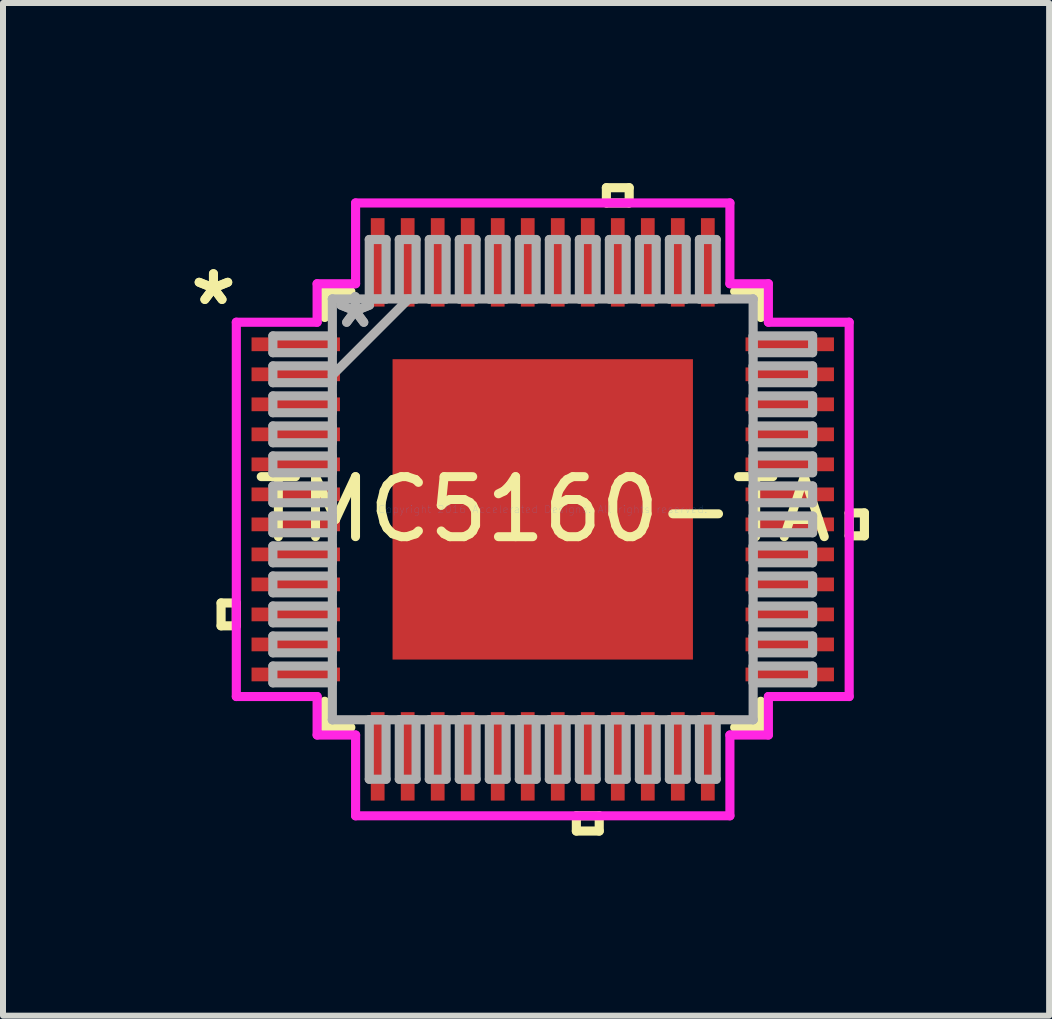
<source format=kicad_pcb>
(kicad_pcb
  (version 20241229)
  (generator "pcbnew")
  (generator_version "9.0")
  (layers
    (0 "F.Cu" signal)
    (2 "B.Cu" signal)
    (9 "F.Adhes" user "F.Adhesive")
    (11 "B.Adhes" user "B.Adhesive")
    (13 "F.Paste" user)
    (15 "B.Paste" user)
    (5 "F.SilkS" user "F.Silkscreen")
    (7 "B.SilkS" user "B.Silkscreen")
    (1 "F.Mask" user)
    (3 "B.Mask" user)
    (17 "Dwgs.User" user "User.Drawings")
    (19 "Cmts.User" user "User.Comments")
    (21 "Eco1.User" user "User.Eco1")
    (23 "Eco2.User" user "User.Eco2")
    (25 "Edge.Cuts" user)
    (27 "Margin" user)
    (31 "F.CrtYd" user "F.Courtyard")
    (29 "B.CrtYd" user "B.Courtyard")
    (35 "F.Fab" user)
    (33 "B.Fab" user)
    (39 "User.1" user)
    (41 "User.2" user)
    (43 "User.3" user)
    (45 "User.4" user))
  (footprint "TMC5160-TA"
    (layer "F.Cu")
    (at 5.992 5.436)
    (property "Reference" "TMC5160-TA" (at 0 0 0) (layer "F.SilkS") (effects (font (size 1 1) (thickness 0.15))))
    (attr through_hole)
    (fp_line (start -5.359 1.559) (end -5.359 1.94) (stroke (width 0.152) (type solid)) (layer "F.SilkS"))
    (fp_line (start -5.359 1.94) (end -5.105 1.94) (stroke (width 0.152) (type solid)) (layer "F.SilkS"))
    (fp_line (start -5.105 1.559) (end -5.359 1.559) (stroke (width 0.152) (type solid)) (layer "F.SilkS"))
    (fp_line (start -5.105 1.94) (end -5.105 1.559) (stroke (width 0.152) (type solid)) (layer "F.SilkS"))
    (fp_line (start -3.632 -3.632) (end -3.632 -3.197) (stroke (width 0.152) (type solid)) (layer "F.SilkS"))
    (fp_line (start -3.632 3.197) (end -3.632 3.632) (stroke (width 0.152) (type solid)) (layer "F.SilkS"))
    (fp_line (start -3.632 3.632) (end -3.197 3.632) (stroke (width 0.152) (type solid)) (layer "F.SilkS"))
    (fp_line (start -3.197 -3.632) (end -3.632 -3.632) (stroke (width 0.152) (type solid)) (layer "F.SilkS"))
    (fp_line (start 0.56 5.105) (end 0.56 5.359) (stroke (width 0.152) (type solid)) (layer "F.SilkS"))
    (fp_line (start 0.56 5.359) (end 0.941 5.359) (stroke (width 0.152) (type solid)) (layer "F.SilkS"))
    (fp_line (start 0.941 5.105) (end 0.56 5.105) (stroke (width 0.152) (type solid)) (layer "F.SilkS"))
    (fp_line (start 0.941 5.359) (end 0.941 5.105) (stroke (width 0.152) (type solid)) (layer "F.SilkS"))
    (fp_line (start 1.06 -5.359) (end 1.44 -5.359) (stroke (width 0.152) (type solid)) (layer "F.SilkS"))
    (fp_line (start 1.06 -5.105) (end 1.06 -5.359) (stroke (width 0.152) (type solid)) (layer "F.SilkS"))
    (fp_line (start 1.44 -5.359) (end 1.44 -5.105) (stroke (width 0.152) (type solid)) (layer "F.SilkS"))
    (fp_line (start 1.44 -5.105) (end 1.06 -5.105) (stroke (width 0.152) (type solid)) (layer "F.SilkS"))
    (fp_line (start 3.197 3.632) (end 3.632 3.632) (stroke (width 0.152) (type solid)) (layer "F.SilkS"))
    (fp_line (start 3.632 -3.632) (end 3.197 -3.632) (stroke (width 0.152) (type solid)) (layer "F.SilkS"))
    (fp_line (start 3.632 -3.197) (end 3.632 -3.632) (stroke (width 0.152) (type solid)) (layer "F.SilkS"))
    (fp_line (start 3.632 3.632) (end 3.632 3.197) (stroke (width 0.152) (type solid)) (layer "F.SilkS"))
    (fp_line (start 5.105 0.059) (end 5.359 0.059) (stroke (width 0.152) (type solid)) (layer "F.SilkS"))
    (fp_line (start 5.105 0.441) (end 5.105 0.059) (stroke (width 0.152) (type solid)) (layer "F.SilkS"))
    (fp_line (start 5.359 0.059) (end 5.359 0.441) (stroke (width 0.152) (type solid)) (layer "F.SilkS"))
    (fp_line (start 5.359 0.441) (end 5.105 0.441) (stroke (width 0.152) (type solid)) (layer "F.SilkS"))
    (fp_line (start -2.402 -2.402) (end -2.402 -0.934) (stroke (width 0.152) (type solid)) (layer "F.Paste"))
    (fp_line (start -2.402 -0.934) (end -0.934 -0.934) (stroke (width 0.152) (type solid)) (layer "F.Paste"))
    (fp_line (start -2.402 -0.734) (end -2.402 0.734) (stroke (width 0.152) (type solid)) (layer "F.Paste"))
    (fp_line (start -2.402 0.734) (end -0.934 0.734) (stroke (width 0.152) (type solid)) (layer "F.Paste"))
    (fp_line (start -2.402 0.934) (end -2.402 2.402) (stroke (width 0.152) (type solid)) (layer "F.Paste"))
    (fp_line (start -2.402 2.402) (end -0.934 2.402) (stroke (width 0.152) (type solid)) (layer "F.Paste"))
    (fp_line (start -0.934 -2.402) (end -2.402 -2.402) (stroke (width 0.152) (type solid)) (layer "F.Paste"))
    (fp_line (start -0.934 -0.934) (end -0.934 -2.402) (stroke (width 0.152) (type solid)) (layer "F.Paste"))
    (fp_line (start -0.934 -0.734) (end -2.402 -0.734) (stroke (width 0.152) (type solid)) (layer "F.Paste"))
    (fp_line (start -0.934 0.734) (end -0.934 -0.734) (stroke (width 0.152) (type solid)) (layer "F.Paste"))
    (fp_line (start -0.934 0.934) (end -2.402 0.934) (stroke (width 0.152) (type solid)) (layer "F.Paste"))
    (fp_line (start -0.934 2.402) (end -0.934 0.934) (stroke (width 0.152) (type solid)) (layer "F.Paste"))
    (fp_line (start -0.734 -2.402) (end -0.734 -0.934) (stroke (width 0.152) (type solid)) (layer "F.Paste"))
    (fp_line (start -0.734 -0.934) (end 0.734 -0.934) (stroke (width 0.152) (type solid)) (layer "F.Paste"))
    (fp_line (start -0.734 -0.734) (end -0.734 0.734) (stroke (width 0.152) (type solid)) (layer "F.Paste"))
    (fp_line (start -0.734 0.734) (end 0.734 0.734) (stroke (width 0.152) (type solid)) (layer "F.Paste"))
    (fp_line (start -0.734 0.934) (end -0.734 2.402) (stroke (width 0.152) (type solid)) (layer "F.Paste"))
    (fp_line (start -0.734 2.402) (end 0.734 2.402) (stroke (width 0.152) (type solid)) (layer "F.Paste"))
    (fp_line (start 0.734 -2.402) (end -0.734 -2.402) (stroke (width 0.152) (type solid)) (layer "F.Paste"))
    (fp_line (start 0.734 -0.934) (end 0.734 -2.402) (stroke (width 0.152) (type solid)) (layer "F.Paste"))
    (fp_line (start 0.734 -0.734) (end -0.734 -0.734) (stroke (width 0.152) (type solid)) (layer "F.Paste"))
    (fp_line (start 0.734 0.734) (end 0.734 -0.734) (stroke (width 0.152) (type solid)) (layer "F.Paste"))
    (fp_line (start 0.734 0.934) (end -0.734 0.934) (stroke (width 0.152) (type solid)) (layer "F.Paste"))
    (fp_line (start 0.734 2.402) (end 0.734 0.934) (stroke (width 0.152) (type solid)) (layer "F.Paste"))
    (fp_line (start 0.934 -2.402) (end 0.934 -0.934) (stroke (width 0.152) (type solid)) (layer "F.Paste"))
    (fp_line (start 0.934 -0.934) (end 2.402 -0.934) (stroke (width 0.152) (type solid)) (layer "F.Paste"))
    (fp_line (start 0.934 -0.734) (end 0.934 0.734) (stroke (width 0.152) (type solid)) (layer "F.Paste"))
    (fp_line (start 0.934 0.734) (end 2.402 0.734) (stroke (width 0.152) (type solid)) (layer "F.Paste"))
    (fp_line (start 0.934 0.934) (end 0.934 2.402) (stroke (width 0.152) (type solid)) (layer "F.Paste"))
    (fp_line (start 0.934 2.402) (end 2.402 2.402) (stroke (width 0.152) (type solid)) (layer "F.Paste"))
    (fp_line (start 2.402 -2.402) (end 0.934 -2.402) (stroke (width 0.152) (type solid)) (layer "F.Paste"))
    (fp_line (start 2.402 -0.934) (end 2.402 -2.402) (stroke (width 0.152) (type solid)) (layer "F.Paste"))
    (fp_line (start 2.402 -0.734) (end 0.934 -0.734) (stroke (width 0.152) (type solid)) (layer "F.Paste"))
    (fp_line (start 2.402 0.734) (end 2.402 -0.734) (stroke (width 0.152) (type solid)) (layer "F.Paste"))
    (fp_line (start 2.402 0.934) (end 0.934 0.934) (stroke (width 0.152) (type solid)) (layer "F.Paste"))
    (fp_line (start 2.402 2.402) (end 2.402 0.934) (stroke (width 0.152) (type solid)) (layer "F.Paste"))
    (fp_line (start -5.105 -3.118) (end -3.759 -3.118) (stroke (width 0.152) (type solid)) (layer "F.CrtYd"))
    (fp_line (start -5.105 3.118) (end -5.105 -3.118) (stroke (width 0.152) (type solid)) (layer "F.CrtYd"))
    (fp_line (start -3.759 -3.759) (end -3.118 -3.759) (stroke (width 0.152) (type solid)) (layer "F.CrtYd"))
    (fp_line (start -3.759 -3.118) (end -3.759 -3.759) (stroke (width 0.152) (type solid)) (layer "F.CrtYd"))
    (fp_line (start -3.759 3.118) (end -5.105 3.118) (stroke (width 0.152) (type solid)) (layer "F.CrtYd"))
    (fp_line (start -3.759 3.759) (end -3.759 3.118) (stroke (width 0.152) (type solid)) (layer "F.CrtYd"))
    (fp_line (start -3.118 -5.105) (end 3.118 -5.105) (stroke (width 0.152) (type solid)) (layer "F.CrtYd"))
    (fp_line (start -3.118 -3.759) (end -3.118 -5.105) (stroke (width 0.152) (type solid)) (layer "F.CrtYd"))
    (fp_line (start -3.118 3.759) (end -3.759 3.759) (stroke (width 0.152) (type solid)) (layer "F.CrtYd"))
    (fp_line (start -3.118 5.105) (end -3.118 3.759) (stroke (width 0.152) (type solid)) (layer "F.CrtYd"))
    (fp_line (start 3.118 -5.105) (end 3.118 -3.759) (stroke (width 0.152) (type solid)) (layer "F.CrtYd"))
    (fp_line (start 3.118 -3.759) (end 3.759 -3.759) (stroke (width 0.152) (type solid)) (layer "F.CrtYd"))
    (fp_line (start 3.118 3.759) (end 3.118 5.105) (stroke (width 0.152) (type solid)) (layer "F.CrtYd"))
    (fp_line (start 3.118 5.105) (end -3.118 5.105) (stroke (width 0.152) (type solid)) (layer "F.CrtYd"))
    (fp_line (start 3.759 -3.759) (end 3.759 -3.118) (stroke (width 0.152) (type solid)) (layer "F.CrtYd"))
    (fp_line (start 3.759 -3.118) (end 5.105 -3.118) (stroke (width 0.152) (type solid)) (layer "F.CrtYd"))
    (fp_line (start 3.759 3.118) (end 3.759 3.759) (stroke (width 0.152) (type solid)) (layer "F.CrtYd"))
    (fp_line (start 3.759 3.759) (end 3.118 3.759) (stroke (width 0.152) (type solid)) (layer "F.CrtYd"))
    (fp_line (start 5.105 -3.118) (end 5.105 3.118) (stroke (width 0.152) (type solid)) (layer "F.CrtYd"))
    (fp_line (start 5.105 3.118) (end 3.759 3.118) (stroke (width 0.152) (type solid)) (layer "F.CrtYd"))
    (fp_line (start -4.496 -2.89) (end -4.496 -2.61) (stroke (width 0.152) (type solid)) (layer "F.Fab"))
    (fp_line (start -4.496 -2.61) (end -3.505 -2.61) (stroke (width 0.152) (type solid)) (layer "F.Fab"))
    (fp_line (start -4.496 -2.39) (end -4.496 -2.11) (stroke (width 0.152) (type solid)) (layer "F.Fab"))
    (fp_line (start -4.496 -2.11) (end -3.505 -2.11) (stroke (width 0.152) (type solid)) (layer "F.Fab"))
    (fp_line (start -4.496 -1.89) (end -4.496 -1.61) (stroke (width 0.152) (type solid)) (layer "F.Fab"))
    (fp_line (start -4.496 -1.61) (end -3.505 -1.61) (stroke (width 0.152) (type solid)) (layer "F.Fab"))
    (fp_line (start -4.496 -1.39) (end -4.496 -1.11) (stroke (width 0.152) (type solid)) (layer "F.Fab"))
    (fp_line (start -4.496 -1.11) (end -3.505 -1.11) (stroke (width 0.152) (type solid)) (layer "F.Fab"))
    (fp_line (start -4.496 -0.89) (end -4.496 -0.61) (stroke (width 0.152) (type solid)) (layer "F.Fab"))
    (fp_line (start -4.496 -0.61) (end -3.505 -0.61) (stroke (width 0.152) (type solid)) (layer "F.Fab"))
    (fp_line (start -4.496 -0.39) (end -4.496 -0.11) (stroke (width 0.152) (type solid)) (layer "F.Fab"))
    (fp_line (start -4.496 -0.11) (end -3.505 -0.11) (stroke (width 0.152) (type solid)) (layer "F.Fab"))
    (fp_line (start -4.496 0.11) (end -4.496 0.39) (stroke (width 0.152) (type solid)) (layer "F.Fab"))
    (fp_line (start -4.496 0.39) (end -3.505 0.39) (stroke (width 0.152) (type solid)) (layer "F.Fab"))
    (fp_line (start -4.496 0.61) (end -4.496 0.89) (stroke (width 0.152) (type solid)) (layer "F.Fab"))
    (fp_line (start -4.496 0.89) (end -3.505 0.89) (stroke (width 0.152) (type solid)) (layer "F.Fab"))
    (fp_line (start -4.496 1.11) (end -4.496 1.39) (stroke (width 0.152) (type solid)) (layer "F.Fab"))
    (fp_line (start -4.496 1.39) (end -3.505 1.39) (stroke (width 0.152) (type solid)) (layer "F.Fab"))
    (fp_line (start -4.496 1.61) (end -4.496 1.89) (stroke (width 0.152) (type solid)) (layer "F.Fab"))
    (fp_line (start -4.496 1.89) (end -3.505 1.89) (stroke (width 0.152) (type solid)) (layer "F.Fab"))
    (fp_line (start -4.496 2.11) (end -4.496 2.39) (stroke (width 0.152) (type solid)) (layer "F.Fab"))
    (fp_line (start -4.496 2.39) (end -3.505 2.39) (stroke (width 0.152) (type solid)) (layer "F.Fab"))
    (fp_line (start -4.496 2.61) (end -4.496 2.89) (stroke (width 0.152) (type solid)) (layer "F.Fab"))
    (fp_line (start -4.496 2.89) (end -3.505 2.89) (stroke (width 0.152) (type solid)) (layer "F.Fab"))
    (fp_line (start -3.505 -3.505) (end -3.505 -3.505) (stroke (width 0.152) (type solid)) (layer "F.Fab"))
    (fp_line (start -3.505 -3.505) (end -3.505 3.505) (stroke (width 0.152) (type solid)) (layer "F.Fab"))
    (fp_line (start -3.505 -2.89) (end -4.496 -2.89) (stroke (width 0.152) (type solid)) (layer "F.Fab"))
    (fp_line (start -3.505 -2.61) (end -3.505 -2.89) (stroke (width 0.152) (type solid)) (layer "F.Fab"))
    (fp_line (start -3.505 -2.39) (end -4.496 -2.39) (stroke (width 0.152) (type solid)) (layer "F.Fab"))
    (fp_line (start -3.505 -2.235) (end -2.235 -3.505) (stroke (width 0.152) (type solid)) (layer "F.Fab"))
    (fp_line (start -3.505 -2.11) (end -3.505 -2.39) (stroke (width 0.152) (type solid)) (layer "F.Fab"))
    (fp_line (start -3.505 -1.89) (end -4.496 -1.89) (stroke (width 0.152) (type solid)) (layer "F.Fab"))
    (fp_line (start -3.505 -1.61) (end -3.505 -1.89) (stroke (width 0.152) (type solid)) (layer "F.Fab"))
    (fp_line (start -3.505 -1.39) (end -4.496 -1.39) (stroke (width 0.152) (type solid)) (layer "F.Fab"))
    (fp_line (start -3.505 -1.11) (end -3.505 -1.39) (stroke (width 0.152) (type solid)) (layer "F.Fab"))
    (fp_line (start -3.505 -0.89) (end -4.496 -0.89) (stroke (width 0.152) (type solid)) (layer "F.Fab"))
    (fp_line (start -3.505 -0.61) (end -3.505 -0.89) (stroke (width 0.152) (type solid)) (layer "F.Fab"))
    (fp_line (start -3.505 -0.39) (end -4.496 -0.39) (stroke (width 0.152) (type solid)) (layer "F.Fab"))
    (fp_line (start -3.505 -0.11) (end -3.505 -0.39) (stroke (width 0.152) (type solid)) (layer "F.Fab"))
    (fp_line (start -3.505 0.11) (end -4.496 0.11) (stroke (width 0.152) (type solid)) (layer "F.Fab"))
    (fp_line (start -3.505 0.39) (end -3.505 0.11) (stroke (width 0.152) (type solid)) (layer "F.Fab"))
    (fp_line (start -3.505 0.61) (end -4.496 0.61) (stroke (width 0.152) (type solid)) (layer "F.Fab"))
    (fp_line (start -3.505 0.89) (end -3.505 0.61) (stroke (width 0.152) (type solid)) (layer "F.Fab"))
    (fp_line (start -3.505 1.11) (end -4.496 1.11) (stroke (width 0.152) (type solid)) (layer "F.Fab"))
    (fp_line (start -3.505 1.39) (end -3.505 1.11) (stroke (width 0.152) (type solid)) (layer "F.Fab"))
    (fp_line (start -3.505 1.61) (end -4.496 1.61) (stroke (width 0.152) (type solid)) (layer "F.Fab"))
    (fp_line (start -3.505 1.89) (end -3.505 1.61) (stroke (width 0.152) (type solid)) (layer "F.Fab"))
    (fp_line (start -3.505 2.11) (end -4.496 2.11) (stroke (width 0.152) (type solid)) (layer "F.Fab"))
    (fp_line (start -3.505 2.39) (end -3.505 2.11) (stroke (width 0.152) (type solid)) (layer "F.Fab"))
    (fp_line (start -3.505 2.61) (end -4.496 2.61) (stroke (width 0.152) (type solid)) (layer "F.Fab"))
    (fp_line (start -3.505 2.89) (end -3.505 2.61) (stroke (width 0.152) (type solid)) (layer "F.Fab"))
    (fp_line (start -3.505 3.505) (end -3.505 3.505) (stroke (width 0.152) (type solid)) (layer "F.Fab"))
    (fp_line (start -3.505 3.505) (end 3.505 3.505) (stroke (width 0.152) (type solid)) (layer "F.Fab"))
    (fp_line (start -2.89 -4.496) (end -2.89 -3.505) (stroke (width 0.152) (type solid)) (layer "F.Fab"))
    (fp_line (start -2.89 -3.505) (end -2.61 -3.505) (stroke (width 0.152) (type solid)) (layer "F.Fab"))
    (fp_line (start -2.89 3.505) (end -2.89 4.496) (stroke (width 0.152) (type solid)) (layer "F.Fab"))
    (fp_line (start -2.89 4.496) (end -2.61 4.496) (stroke (width 0.152) (type solid)) (layer "F.Fab"))
    (fp_line (start -2.61 -4.496) (end -2.89 -4.496) (stroke (width 0.152) (type solid)) (layer "F.Fab"))
    (fp_line (start -2.61 -3.505) (end -2.61 -4.496) (stroke (width 0.152) (type solid)) (layer "F.Fab"))
    (fp_line (start -2.61 3.505) (end -2.89 3.505) (stroke (width 0.152) (type solid)) (layer "F.Fab"))
    (fp_line (start -2.61 4.496) (end -2.61 3.505) (stroke (width 0.152) (type solid)) (layer "F.Fab"))
    (fp_line (start -2.39 -4.496) (end -2.39 -3.505) (stroke (width 0.152) (type solid)) (layer "F.Fab"))
    (fp_line (start -2.39 -3.505) (end -2.11 -3.505) (stroke (width 0.152) (type solid)) (layer "F.Fab"))
    (fp_line (start -2.39 3.505) (end -2.39 4.496) (stroke (width 0.152) (type solid)) (layer "F.Fab"))
    (fp_line (start -2.39 4.496) (end -2.11 4.496) (stroke (width 0.152) (type solid)) (layer "F.Fab"))
    (fp_line (start -2.11 -4.496) (end -2.39 -4.496) (stroke (width 0.152) (type solid)) (layer "F.Fab"))
    (fp_line (start -2.11 -3.505) (end -2.11 -4.496) (stroke (width 0.152) (type solid)) (layer "F.Fab"))
    (fp_line (start -2.11 3.505) (end -2.39 3.505) (stroke (width 0.152) (type solid)) (layer "F.Fab"))
    (fp_line (start -2.11 4.496) (end -2.11 3.505) (stroke (width 0.152) (type solid)) (layer "F.Fab"))
    (fp_line (start -1.89 -4.496) (end -1.89 -3.505) (stroke (width 0.152) (type solid)) (layer "F.Fab"))
    (fp_line (start -1.89 -3.505) (end -1.61 -3.505) (stroke (width 0.152) (type solid)) (layer "F.Fab"))
    (fp_line (start -1.89 3.505) (end -1.89 4.496) (stroke (width 0.152) (type solid)) (layer "F.Fab"))
    (fp_line (start -1.89 4.496) (end -1.61 4.496) (stroke (width 0.152) (type solid)) (layer "F.Fab"))
    (fp_line (start -1.61 -4.496) (end -1.89 -4.496) (stroke (width 0.152) (type solid)) (layer "F.Fab"))
    (fp_line (start -1.61 -3.505) (end -1.61 -4.496) (stroke (width 0.152) (type solid)) (layer "F.Fab"))
    (fp_line (start -1.61 3.505) (end -1.89 3.505) (stroke (width 0.152) (type solid)) (layer "F.Fab"))
    (fp_line (start -1.61 4.496) (end -1.61 3.505) (stroke (width 0.152) (type solid)) (layer "F.Fab"))
    (fp_line (start -1.39 -4.496) (end -1.39 -3.505) (stroke (width 0.152) (type solid)) (layer "F.Fab"))
    (fp_line (start -1.39 -3.505) (end -1.11 -3.505) (stroke (width 0.152) (type solid)) (layer "F.Fab"))
    (fp_line (start -1.39 3.505) (end -1.39 4.496) (stroke (width 0.152) (type solid)) (layer "F.Fab"))
    (fp_line (start -1.39 4.496) (end -1.11 4.496) (stroke (width 0.152) (type solid)) (layer "F.Fab"))
    (fp_line (start -1.11 -4.496) (end -1.39 -4.496) (stroke (width 0.152) (type solid)) (layer "F.Fab"))
    (fp_line (start -1.11 -3.505) (end -1.11 -4.496) (stroke (width 0.152) (type solid)) (layer "F.Fab"))
    (fp_line (start -1.11 3.505) (end -1.39 3.505) (stroke (width 0.152) (type solid)) (layer "F.Fab"))
    (fp_line (start -1.11 4.496) (end -1.11 3.505) (stroke (width 0.152) (type solid)) (layer "F.Fab"))
    (fp_line (start -0.89 -4.496) (end -0.89 -3.505) (stroke (width 0.152) (type solid)) (layer "F.Fab"))
    (fp_line (start -0.89 -3.505) (end -0.61 -3.505) (stroke (width 0.152) (type solid)) (layer "F.Fab"))
    (fp_line (start -0.89 3.505) (end -0.89 4.496) (stroke (width 0.152) (type solid)) (layer "F.Fab"))
    (fp_line (start -0.89 4.496) (end -0.61 4.496) (stroke (width 0.152) (type solid)) (layer "F.Fab"))
    (fp_line (start -0.61 -4.496) (end -0.89 -4.496) (stroke (width 0.152) (type solid)) (layer "F.Fab"))
    (fp_line (start -0.61 -3.505) (end -0.61 -4.496) (stroke (width 0.152) (type solid)) (layer "F.Fab"))
    (fp_line (start -0.61 3.505) (end -0.89 3.505) (stroke (width 0.152) (type solid)) (layer "F.Fab"))
    (fp_line (start -0.61 4.496) (end -0.61 3.505) (stroke (width 0.152) (type solid)) (layer "F.Fab"))
    (fp_line (start -0.39 -4.496) (end -0.39 -3.505) (stroke (width 0.152) (type solid)) (layer "F.Fab"))
    (fp_line (start -0.39 -3.505) (end -0.11 -3.505) (stroke (width 0.152) (type solid)) (layer "F.Fab"))
    (fp_line (start -0.39 3.505) (end -0.39 4.496) (stroke (width 0.152) (type solid)) (layer "F.Fab"))
    (fp_line (start -0.39 4.496) (end -0.11 4.496) (stroke (width 0.152) (type solid)) (layer "F.Fab"))
    (fp_line (start -0.11 -4.496) (end -0.39 -4.496) (stroke (width 0.152) (type solid)) (layer "F.Fab"))
    (fp_line (start -0.11 -3.505) (end -0.11 -4.496) (stroke (width 0.152) (type solid)) (layer "F.Fab"))
    (fp_line (start -0.11 3.505) (end -0.39 3.505) (stroke (width 0.152) (type solid)) (layer "F.Fab"))
    (fp_line (start -0.11 4.496) (end -0.11 3.505) (stroke (width 0.152) (type solid)) (layer "F.Fab"))
    (fp_line (start 0.11 -4.496) (end 0.11 -3.505) (stroke (width 0.152) (type solid)) (layer "F.Fab"))
    (fp_line (start 0.11 -3.505) (end 0.39 -3.505) (stroke (width 0.152) (type solid)) (layer "F.Fab"))
    (fp_line (start 0.11 3.505) (end 0.11 4.496) (stroke (width 0.152) (type solid)) (layer "F.Fab"))
    (fp_line (start 0.11 4.496) (end 0.39 4.496) (stroke (width 0.152) (type solid)) (layer "F.Fab"))
    (fp_line (start 0.39 -4.496) (end 0.11 -4.496) (stroke (width 0.152) (type solid)) (layer "F.Fab"))
    (fp_line (start 0.39 -3.505) (end 0.39 -4.496) (stroke (width 0.152) (type solid)) (layer "F.Fab"))
    (fp_line (start 0.39 3.505) (end 0.11 3.505) (stroke (width 0.152) (type solid)) (layer "F.Fab"))
    (fp_line (start 0.39 4.496) (end 0.39 3.505) (stroke (width 0.152) (type solid)) (layer "F.Fab"))
    (fp_line (start 0.61 -4.496) (end 0.61 -3.505) (stroke (width 0.152) (type solid)) (layer "F.Fab"))
    (fp_line (start 0.61 -3.505) (end 0.89 -3.505) (stroke (width 0.152) (type solid)) (layer "F.Fab"))
    (fp_line (start 0.61 3.505) (end 0.61 4.496) (stroke (width 0.152) (type solid)) (layer "F.Fab"))
    (fp_line (start 0.61 4.496) (end 0.89 4.496) (stroke (width 0.152) (type solid)) (layer "F.Fab"))
    (fp_line (start 0.89 -4.496) (end 0.61 -4.496) (stroke (width 0.152) (type solid)) (layer "F.Fab"))
    (fp_line (start 0.89 -3.505) (end 0.89 -4.496) (stroke (width 0.152) (type solid)) (layer "F.Fab"))
    (fp_line (start 0.89 3.505) (end 0.61 3.505) (stroke (width 0.152) (type solid)) (layer "F.Fab"))
    (fp_line (start 0.89 4.496) (end 0.89 3.505) (stroke (width 0.152) (type solid)) (layer "F.Fab"))
    (fp_line (start 1.11 -4.496) (end 1.11 -3.505) (stroke (width 0.152) (type solid)) (layer "F.Fab"))
    (fp_line (start 1.11 -3.505) (end 1.39 -3.505) (stroke (width 0.152) (type solid)) (layer "F.Fab"))
    (fp_line (start 1.11 3.505) (end 1.11 4.496) (stroke (width 0.152) (type solid)) (layer "F.Fab"))
    (fp_line (start 1.11 4.496) (end 1.39 4.496) (stroke (width 0.152) (type solid)) (layer "F.Fab"))
    (fp_line (start 1.39 -4.496) (end 1.11 -4.496) (stroke (width 0.152) (type solid)) (layer "F.Fab"))
    (fp_line (start 1.39 -3.505) (end 1.39 -4.496) (stroke (width 0.152) (type solid)) (layer "F.Fab"))
    (fp_line (start 1.39 3.505) (end 1.11 3.505) (stroke (width 0.152) (type solid)) (layer "F.Fab"))
    (fp_line (start 1.39 4.496) (end 1.39 3.505) (stroke (width 0.152) (type solid)) (layer "F.Fab"))
    (fp_line (start 1.61 -4.496) (end 1.61 -3.505) (stroke (width 0.152) (type solid)) (layer "F.Fab"))
    (fp_line (start 1.61 -3.505) (end 1.89 -3.505) (stroke (width 0.152) (type solid)) (layer "F.Fab"))
    (fp_line (start 1.61 3.505) (end 1.61 4.496) (stroke (width 0.152) (type solid)) (layer "F.Fab"))
    (fp_line (start 1.61 4.496) (end 1.89 4.496) (stroke (width 0.152) (type solid)) (layer "F.Fab"))
    (fp_line (start 1.89 -4.496) (end 1.61 -4.496) (stroke (width 0.152) (type solid)) (layer "F.Fab"))
    (fp_line (start 1.89 -3.505) (end 1.89 -4.496) (stroke (width 0.152) (type solid)) (layer "F.Fab"))
    (fp_line (start 1.89 3.505) (end 1.61 3.505) (stroke (width 0.152) (type solid)) (layer "F.Fab"))
    (fp_line (start 1.89 4.496) (end 1.89 3.505) (stroke (width 0.152) (type solid)) (layer "F.Fab"))
    (fp_line (start 2.11 -4.496) (end 2.11 -3.505) (stroke (width 0.152) (type solid)) (layer "F.Fab"))
    (fp_line (start 2.11 -3.505) (end 2.39 -3.505) (stroke (width 0.152) (type solid)) (layer "F.Fab"))
    (fp_line (start 2.11 3.505) (end 2.11 4.496) (stroke (width 0.152) (type solid)) (layer "F.Fab"))
    (fp_line (start 2.11 4.496) (end 2.39 4.496) (stroke (width 0.152) (type solid)) (layer "F.Fab"))
    (fp_line (start 2.39 -4.496) (end 2.11 -4.496) (stroke (width 0.152) (type solid)) (layer "F.Fab"))
    (fp_line (start 2.39 -3.505) (end 2.39 -4.496) (stroke (width 0.152) (type solid)) (layer "F.Fab"))
    (fp_line (start 2.39 3.505) (end 2.11 3.505) (stroke (width 0.152) (type solid)) (layer "F.Fab"))
    (fp_line (start 2.39 4.496) (end 2.39 3.505) (stroke (width 0.152) (type solid)) (layer "F.Fab"))
    (fp_line (start 2.61 -4.496) (end 2.61 -3.505) (stroke (width 0.152) (type solid)) (layer "F.Fab"))
    (fp_line (start 2.61 -3.505) (end 2.89 -3.505) (stroke (width 0.152) (type solid)) (layer "F.Fab"))
    (fp_line (start 2.61 3.505) (end 2.61 4.496) (stroke (width 0.152) (type solid)) (layer "F.Fab"))
    (fp_line (start 2.61 4.496) (end 2.89 4.496) (stroke (width 0.152) (type solid)) (layer "F.Fab"))
    (fp_line (start 2.89 -4.496) (end 2.61 -4.496) (stroke (width 0.152) (type solid)) (layer "F.Fab"))
    (fp_line (start 2.89 -3.505) (end 2.89 -4.496) (stroke (width 0.152) (type solid)) (layer "F.Fab"))
    (fp_line (start 2.89 3.505) (end 2.61 3.505) (stroke (width 0.152) (type solid)) (layer "F.Fab"))
    (fp_line (start 2.89 4.496) (end 2.89 3.505) (stroke (width 0.152) (type solid)) (layer "F.Fab"))
    (fp_line (start 3.505 -3.505) (end -3.505 -3.505) (stroke (width 0.152) (type solid)) (layer "F.Fab"))
    (fp_line (start 3.505 -3.505) (end 3.505 -3.505) (stroke (width 0.152) (type solid)) (layer "F.Fab"))
    (fp_line (start 3.505 -2.89) (end 3.505 -2.61) (stroke (width 0.152) (type solid)) (layer "F.Fab"))
    (fp_line (start 3.505 -2.61) (end 4.496 -2.61) (stroke (width 0.152) (type solid)) (layer "F.Fab"))
    (fp_line (start 3.505 -2.39) (end 3.505 -2.11) (stroke (width 0.152) (type solid)) (layer "F.Fab"))
    (fp_line (start 3.505 -2.11) (end 4.496 -2.11) (stroke (width 0.152) (type solid)) (layer "F.Fab"))
    (fp_line (start 3.505 -1.89) (end 3.505 -1.61) (stroke (width 0.152) (type solid)) (layer "F.Fab"))
    (fp_line (start 3.505 -1.61) (end 4.496 -1.61) (stroke (width 0.152) (type solid)) (layer "F.Fab"))
    (fp_line (start 3.505 -1.39) (end 3.505 -1.11) (stroke (width 0.152) (type solid)) (layer "F.Fab"))
    (fp_line (start 3.505 -1.11) (end 4.496 -1.11) (stroke (width 0.152) (type solid)) (layer "F.Fab"))
    (fp_line (start 3.505 -0.89) (end 3.505 -0.61) (stroke (width 0.152) (type solid)) (layer "F.Fab"))
    (fp_line (start 3.505 -0.61) (end 4.496 -0.61) (stroke (width 0.152) (type solid)) (layer "F.Fab"))
    (fp_line (start 3.505 -0.39) (end 3.505 -0.11) (stroke (width 0.152) (type solid)) (layer "F.Fab"))
    (fp_line (start 3.505 -0.11) (end 4.496 -0.11) (stroke (width 0.152) (type solid)) (layer "F.Fab"))
    (fp_line (start 3.505 0.11) (end 3.505 0.39) (stroke (width 0.152) (type solid)) (layer "F.Fab"))
    (fp_line (start 3.505 0.39) (end 4.496 0.39) (stroke (width 0.152) (type solid)) (layer "F.Fab"))
    (fp_line (start 3.505 0.61) (end 3.505 0.89) (stroke (width 0.152) (type solid)) (layer "F.Fab"))
    (fp_line (start 3.505 0.89) (end 4.496 0.89) (stroke (width 0.152) (type solid)) (layer "F.Fab"))
    (fp_line (start 3.505 1.11) (end 3.505 1.39) (stroke (width 0.152) (type solid)) (layer "F.Fab"))
    (fp_line (start 3.505 1.39) (end 4.496 1.39) (stroke (width 0.152) (type solid)) (layer "F.Fab"))
    (fp_line (start 3.505 1.61) (end 3.505 1.89) (stroke (width 0.152) (type solid)) (layer "F.Fab"))
    (fp_line (start 3.505 1.89) (end 4.496 1.89) (stroke (width 0.152) (type solid)) (layer "F.Fab"))
    (fp_line (start 3.505 2.11) (end 3.505 2.39) (stroke (width 0.152) (type solid)) (layer "F.Fab"))
    (fp_line (start 3.505 2.39) (end 4.496 2.39) (stroke (width 0.152) (type solid)) (layer "F.Fab"))
    (fp_line (start 3.505 2.61) (end 3.505 2.89) (stroke (width 0.152) (type solid)) (layer "F.Fab"))
    (fp_line (start 3.505 2.89) (end 4.496 2.89) (stroke (width 0.152) (type solid)) (layer "F.Fab"))
    (fp_line (start 3.505 3.505) (end 3.505 -3.505) (stroke (width 0.152) (type solid)) (layer "F.Fab"))
    (fp_line (start 3.505 3.505) (end 3.505 3.505) (stroke (width 0.152) (type solid)) (layer "F.Fab"))
    (fp_line (start 4.496 -2.89) (end 3.505 -2.89) (stroke (width 0.152) (type solid)) (layer "F.Fab"))
    (fp_line (start 4.496 -2.61) (end 4.496 -2.89) (stroke (width 0.152) (type solid)) (layer "F.Fab"))
    (fp_line (start 4.496 -2.39) (end 3.505 -2.39) (stroke (width 0.152) (type solid)) (layer "F.Fab"))
    (fp_line (start 4.496 -2.11) (end 4.496 -2.39) (stroke (width 0.152) (type solid)) (layer "F.Fab"))
    (fp_line (start 4.496 -1.89) (end 3.505 -1.89) (stroke (width 0.152) (type solid)) (layer "F.Fab"))
    (fp_line (start 4.496 -1.61) (end 4.496 -1.89) (stroke (width 0.152) (type solid)) (layer "F.Fab"))
    (fp_line (start 4.496 -1.39) (end 3.505 -1.39) (stroke (width 0.152) (type solid)) (layer "F.Fab"))
    (fp_line (start 4.496 -1.11) (end 4.496 -1.39) (stroke (width 0.152) (type solid)) (layer "F.Fab"))
    (fp_line (start 4.496 -0.89) (end 3.505 -0.89) (stroke (width 0.152) (type solid)) (layer "F.Fab"))
    (fp_line (start 4.496 -0.61) (end 4.496 -0.89) (stroke (width 0.152) (type solid)) (layer "F.Fab"))
    (fp_line (start 4.496 -0.39) (end 3.505 -0.39) (stroke (width 0.152) (type solid)) (layer "F.Fab"))
    (fp_line (start 4.496 -0.11) (end 4.496 -0.39) (stroke (width 0.152) (type solid)) (layer "F.Fab"))
    (fp_line (start 4.496 0.11) (end 3.505 0.11) (stroke (width 0.152) (type solid)) (layer "F.Fab"))
    (fp_line (start 4.496 0.39) (end 4.496 0.11) (stroke (width 0.152) (type solid)) (layer "F.Fab"))
    (fp_line (start 4.496 0.61) (end 3.505 0.61) (stroke (width 0.152) (type solid)) (layer "F.Fab"))
    (fp_line (start 4.496 0.89) (end 4.496 0.61) (stroke (width 0.152) (type solid)) (layer "F.Fab"))
    (fp_line (start 4.496 1.11) (end 3.505 1.11) (stroke (width 0.152) (type solid)) (layer "F.Fab"))
    (fp_line (start 4.496 1.39) (end 4.496 1.11) (stroke (width 0.152) (type solid)) (layer "F.Fab"))
    (fp_line (start 4.496 1.61) (end 3.505 1.61) (stroke (width 0.152) (type solid)) (layer "F.Fab"))
    (fp_line (start 4.496 1.89) (end 4.496 1.61) (stroke (width 0.152) (type solid)) (layer "F.Fab"))
    (fp_line (start 4.496 2.11) (end 3.505 2.11) (stroke (width 0.152) (type solid)) (layer "F.Fab"))
    (fp_line (start 4.496 2.39) (end 4.496 2.11) (stroke (width 0.152) (type solid)) (layer "F.Fab"))
    (fp_line (start 4.496 2.61) (end 3.505 2.61) (stroke (width 0.152) (type solid)) (layer "F.Fab"))
    (fp_line (start 4.496 2.89) (end 4.496 2.61) (stroke (width 0.152) (type solid)) (layer "F.Fab"))
    (fp_text user "*" (at -5.486 -3.381 0) (layer "F.SilkS") (effects (font (size 1 1) (thickness 0.15))))
    (fp_text user "*" (at -5.486 -3.381 0) (layer "F.SilkS") (effects (font (size 1 1) (thickness 0.15))))
    (fp_text user "Copyright 2016 Accelerated Designs. All rights reserved." (at 0 0 0) (layer "Cmts.User") (effects (font (size 0.127 0.127) (thickness 0.002))))
    (fp_text user "*" (at -3.124 -3 0) (layer "F.Fab") (effects (font (size 1 1) (thickness 0.15))))
    (fp_text user "*" (at -3.124 -3 0) (layer "F.Fab") (effects (font (size 1 1) (thickness 0.15))))
    (pad "1" smd rect (at -4.115 -2.75 90) (size 0.229 1.473) (layers "F.Cu" "F.Mask" "F.Paste"))
    (pad "2" smd rect (at -4.115 -2.25 90) (size 0.229 1.473) (layers "F.Cu" "F.Mask" "F.Paste"))
    (pad "3" smd rect (at -4.115 -1.75 90) (size 0.229 1.473) (layers "F.Cu" "F.Mask" "F.Paste"))
    (pad "4" smd rect (at -4.115 -1.25 90) (size 0.229 1.473) (layers "F.Cu" "F.Mask" "F.Paste"))
    (pad "5" smd rect (at -4.115 -0.75 90) (size 0.229 1.473) (layers "F.Cu" "F.Mask" "F.Paste"))
    (pad "6" smd rect (at -4.115 -0.25 90) (size 0.229 1.473) (layers "F.Cu" "F.Mask" "F.Paste"))
    (pad "7" smd rect (at -4.115 0.25 90) (size 0.229 1.473) (layers "F.Cu" "F.Mask" "F.Paste"))
    (pad "8" smd rect (at -4.115 0.75 90) (size 0.229 1.473) (layers "F.Cu" "F.Mask" "F.Paste"))
    (pad "9" smd rect (at -4.115 1.25 90) (size 0.229 1.473) (layers "F.Cu" "F.Mask" "F.Paste"))
    (pad "10" smd rect (at -4.115 1.75 90) (size 0.229 1.473) (layers "F.Cu" "F.Mask" "F.Paste"))
    (pad "11" smd rect (at -4.115 2.25 90) (size 0.229 1.473) (layers "F.Cu" "F.Mask" "F.Paste"))
    (pad "12" smd rect (at -4.115 2.75 90) (size 0.229 1.473) (layers "F.Cu" "F.Mask" "F.Paste"))
    (pad "13" smd rect (at -2.75 4.115) (size 0.229 1.473) (layers "F.Cu" "F.Mask" "F.Paste"))
    (pad "14" smd rect (at -2.25 4.115) (size 0.229 1.473) (layers "F.Cu" "F.Mask" "F.Paste"))
    (pad "15" smd rect (at -1.75 4.115) (size 0.229 1.473) (layers "F.Cu" "F.Mask" "F.Paste"))
    (pad "16" smd rect (at -1.25 4.115) (size 0.229 1.473) (layers "F.Cu" "F.Mask" "F.Paste"))
    (pad "17" smd rect (at -0.75 4.115) (size 0.229 1.473) (layers "F.Cu" "F.Mask" "F.Paste"))
    (pad "18" smd rect (at -0.25 4.115) (size 0.229 1.473) (layers "F.Cu" "F.Mask" "F.Paste"))
    (pad "19" smd rect (at 0.25 4.115) (size 0.229 1.473) (layers "F.Cu" "F.Mask" "F.Paste"))
    (pad "20" smd rect (at 0.75 4.115) (size 0.229 1.473) (layers "F.Cu" "F.Mask" "F.Paste"))
    (pad "21" smd rect (at 1.25 4.115) (size 0.229 1.473) (layers "F.Cu" "F.Mask" "F.Paste"))
    (pad "22" smd rect (at 1.75 4.115) (size 0.229 1.473) (layers "F.Cu" "F.Mask" "F.Paste"))
    (pad "23" smd rect (at 2.25 4.115) (size 0.229 1.473) (layers "F.Cu" "F.Mask" "F.Paste"))
    (pad "24" smd rect (at 2.75 4.115) (size 0.229 1.473) (layers "F.Cu" "F.Mask" "F.Paste"))
    (pad "25" smd rect (at 4.115 2.75 90) (size 0.229 1.473) (layers "F.Cu" "F.Mask" "F.Paste"))
    (pad "26" smd rect (at 4.115 2.25 90) (size 0.229 1.473) (layers "F.Cu" "F.Mask" "F.Paste"))
    (pad "27" smd rect (at 4.115 1.75 90) (size 0.229 1.473) (layers "F.Cu" "F.Mask" "F.Paste"))
    (pad "28" smd rect (at 4.115 1.25 90) (size 0.229 1.473) (layers "F.Cu" "F.Mask" "F.Paste"))
    (pad "29" smd rect (at 4.115 0.75 90) (size 0.229 1.473) (layers "F.Cu" "F.Mask" "F.Paste"))
    (pad "30" smd rect (at 4.115 0.25 90) (size 0.229 1.473) (layers "F.Cu" "F.Mask" "F.Paste"))
    (pad "31" smd rect (at 4.115 -0.25 90) (size 0.229 1.473) (layers "F.Cu" "F.Mask" "F.Paste"))
    (pad "32" smd rect (at 4.115 -0.75 90) (size 0.229 1.473) (layers "F.Cu" "F.Mask" "F.Paste"))
    (pad "33" smd rect (at 4.115 -1.25 90) (size 0.229 1.473) (layers "F.Cu" "F.Mask" "F.Paste"))
    (pad "34" smd rect (at 4.115 -1.75 90) (size 0.229 1.473) (layers "F.Cu" "F.Mask" "F.Paste"))
    (pad "35" smd rect (at 4.115 -2.25 90) (size 0.229 1.473) (layers "F.Cu" "F.Mask" "F.Paste"))
    (pad "36" smd rect (at 4.115 -2.75 90) (size 0.229 1.473) (layers "F.Cu" "F.Mask" "F.Paste"))
    (pad "37" smd rect (at 2.75 -4.115) (size 0.229 1.473) (layers "F.Cu" "F.Mask" "F.Paste"))
    (pad "38" smd rect (at 2.25 -4.115) (size 0.229 1.473) (layers "F.Cu" "F.Mask" "F.Paste"))
    (pad "39" smd rect (at 1.75 -4.115) (size 0.229 1.473) (layers "F.Cu" "F.Mask" "F.Paste"))
    (pad "40" smd rect (at 1.25 -4.115) (size 0.229 1.473) (layers "F.Cu" "F.Mask" "F.Paste"))
    (pad "41" smd rect (at 0.75 -4.115) (size 0.229 1.473) (layers "F.Cu" "F.Mask" "F.Paste"))
    (pad "42" smd rect (at 0.25 -4.115) (size 0.229 1.473) (layers "F.Cu" "F.Mask" "F.Paste"))
    (pad "43" smd rect (at -0.25 -4.115) (size 0.229 1.473) (layers "F.Cu" "F.Mask" "F.Paste"))
    (pad "44" smd rect (at -0.75 -4.115) (size 0.229 1.473) (layers "F.Cu" "F.Mask" "F.Paste"))
    (pad "45" smd rect (at -1.25 -4.115) (size 0.229 1.473) (layers "F.Cu" "F.Mask" "F.Paste"))
    (pad "46" smd rect (at -1.75 -4.115) (size 0.229 1.473) (layers "F.Cu" "F.Mask" "F.Paste"))
    (pad "47" smd rect (at -2.25 -4.115) (size 0.229 1.473) (layers "F.Cu" "F.Mask" "F.Paste"))
    (pad "48" smd rect (at -2.75 -4.115) (size 0.229 1.473) (layers "F.Cu" "F.Mask" "F.Paste"))
    (pad "EPAD" smd rect (at 0 0) (size 5.004 5.004) (layers "F.Cu" "F.Mask" "F.Paste")))
  (gr_rect
    (start -3 -3)
    (end 14.428 13.871)
    (stroke (width 0.1) (type default))
    (fill no)
    (layer "Edge.Cuts")))
</source>
